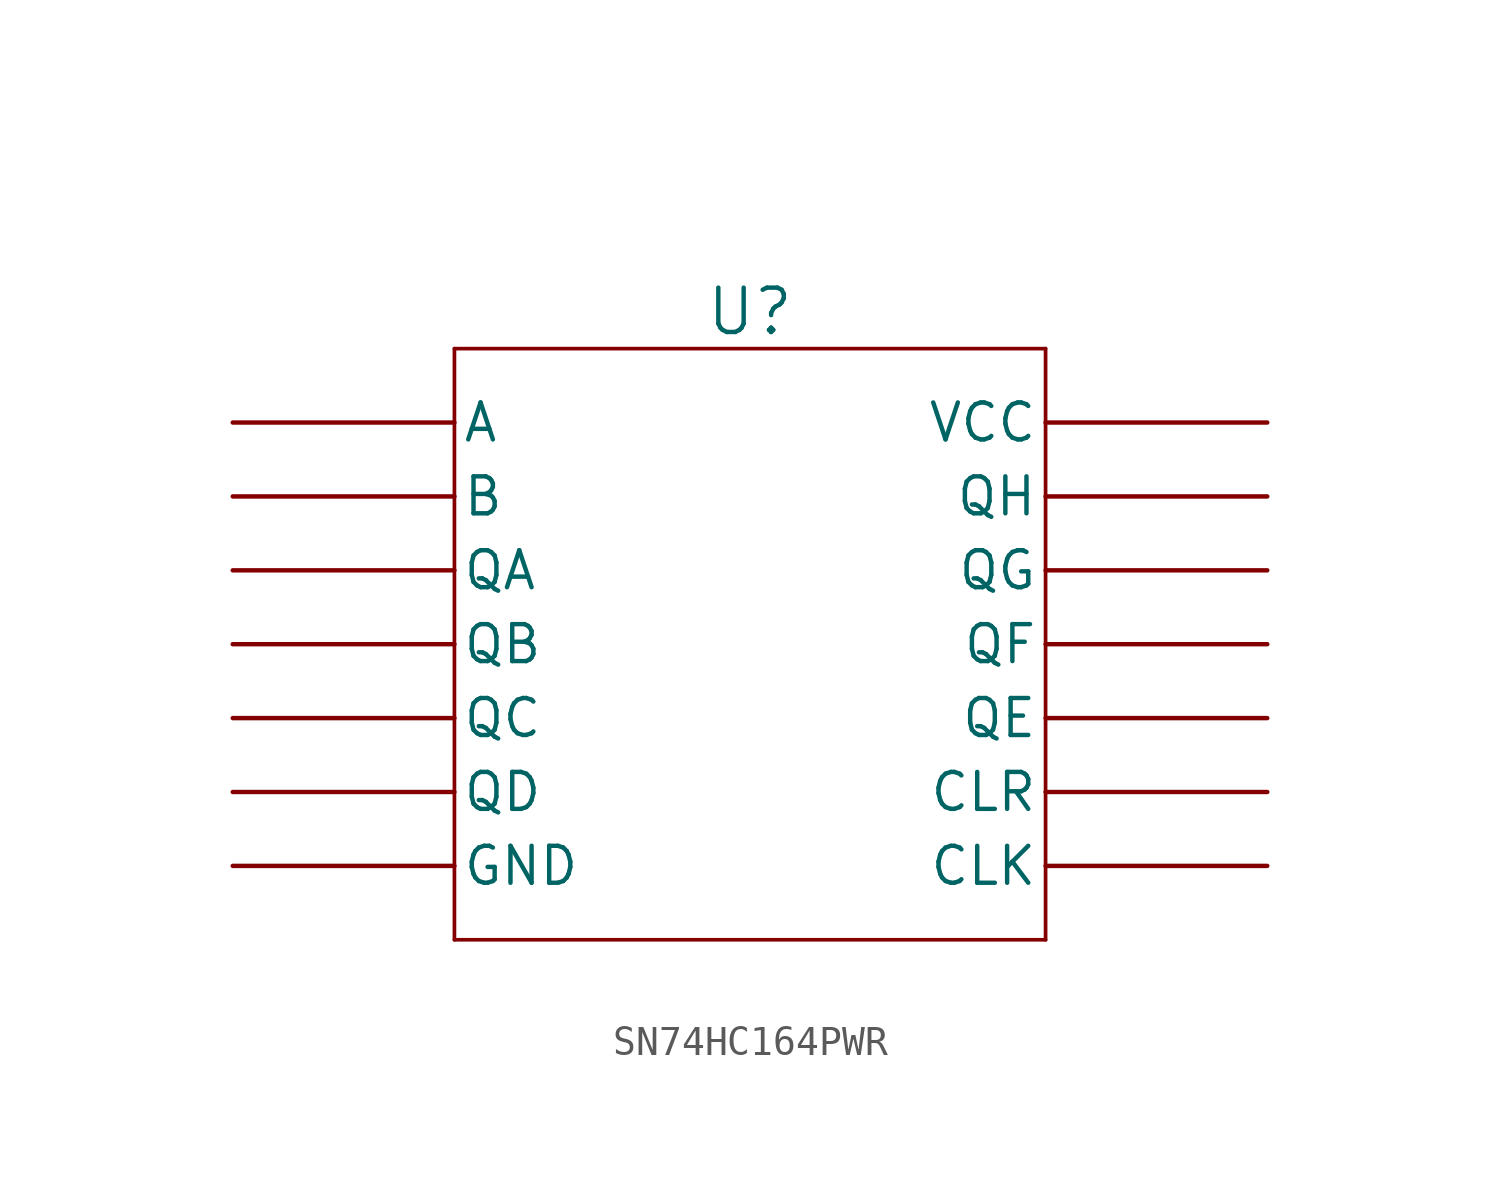
<source format=kicad_sym>
(kicad_symbol_lib
  (version 20220914)
  (generator kicad_symbol_editor)
  (symbol "SN74HC164PWR"
    (pin_numbers hide)
    (pin_names
      (offset 0.254))
    (property "Reference" "U"
      (at 0 10.16 0)
      (effects (font (size 1.524 1.524))))
    (property "Value" ""
      (at 10.16 13.97 0)
      (effects (font (size 1.524 1.524))))
    (symbol "SN74HC164PWR_0_1"
      (polyline (pts (xy -10.16 -11.43) (xy 10.16 -11.43)) (stroke (width 0.127) (type default)) (fill (type none)))
      (polyline (pts (xy -10.16 8.89) (xy -10.16 -11.43)) (stroke (width 0.127) (type default)) (fill (type none)))
      (polyline (pts (xy 10.16 -11.43) (xy 10.16 8.89)) (stroke (width 0.127) (type default)) (fill (type none)))
      (polyline (pts (xy 10.16 8.89) (xy -10.16 8.89)) (stroke (width 0.127) (type default)) (fill (type none)))
      (pin passive line (at -17.78 6.35 0) (length 7.62) (name "A" (effects (font (size 1.27 1.27)))) (number "1" (effects (font (size 1.27 1.27)))))
      (pin passive line (at 17.78 -3.81 180) (length 7.62) (name "QE" (effects (font (size 1.27 1.27)))) (number "10" (effects (font (size 1.27 1.27)))))
      (pin passive line (at 17.78 -1.27 180) (length 7.62) (name "QF" (effects (font (size 1.27 1.27)))) (number "11" (effects (font (size 1.27 1.27)))))
      (pin passive line (at 17.78 1.27 180) (length 7.62) (name "QG" (effects (font (size 1.27 1.27)))) (number "12" (effects (font (size 1.27 1.27)))))
      (pin passive line (at 17.78 3.81 180) (length 7.62) (name "QH" (effects (font (size 1.27 1.27)))) (number "13" (effects (font (size 1.27 1.27)))))
      (pin passive line (at 17.78 6.35 180) (length 7.62) (name "VCC" (effects (font (size 1.27 1.27)))) (number "14" (effects (font (size 1.27 1.27)))))
      (pin passive line (at -17.78 3.81 0) (length 7.62) (name "B" (effects (font (size 1.27 1.27)))) (number "2" (effects (font (size 1.27 1.27)))))
      (pin passive line (at -17.78 1.27 0) (length 7.62) (name "QA" (effects (font (size 1.27 1.27)))) (number "3" (effects (font (size 1.27 1.27)))))
      (pin passive line (at -17.78 -1.27 0) (length 7.62) (name "QB" (effects (font (size 1.27 1.27)))) (number "4" (effects (font (size 1.27 1.27)))))
      (pin passive line (at -17.78 -3.81 0) (length 7.62) (name "QC" (effects (font (size 1.27 1.27)))) (number "5" (effects (font (size 1.27 1.27)))))
      (pin passive line (at -17.78 -6.35 0) (length 7.62) (name "QD" (effects (font (size 1.27 1.27)))) (number "6" (effects (font (size 1.27 1.27)))))
      (pin passive line (at -17.78 -8.89 0) (length 7.62) (name "GND" (effects (font (size 1.27 1.27)))) (number "7" (effects (font (size 1.27 1.27)))))
      (pin passive line (at 17.78 -8.89 180) (length 7.62) (name "CLK" (effects (font (size 1.27 1.27)))) (number "8" (effects (font (size 1.27 1.27)))))
      (pin passive line (at 17.78 -6.35 180) (length 7.62) (name "CLR" (effects (font (size 1.27 1.27)))) (number "9" (effects (font (size 1.27 1.27))))))))
</source>
